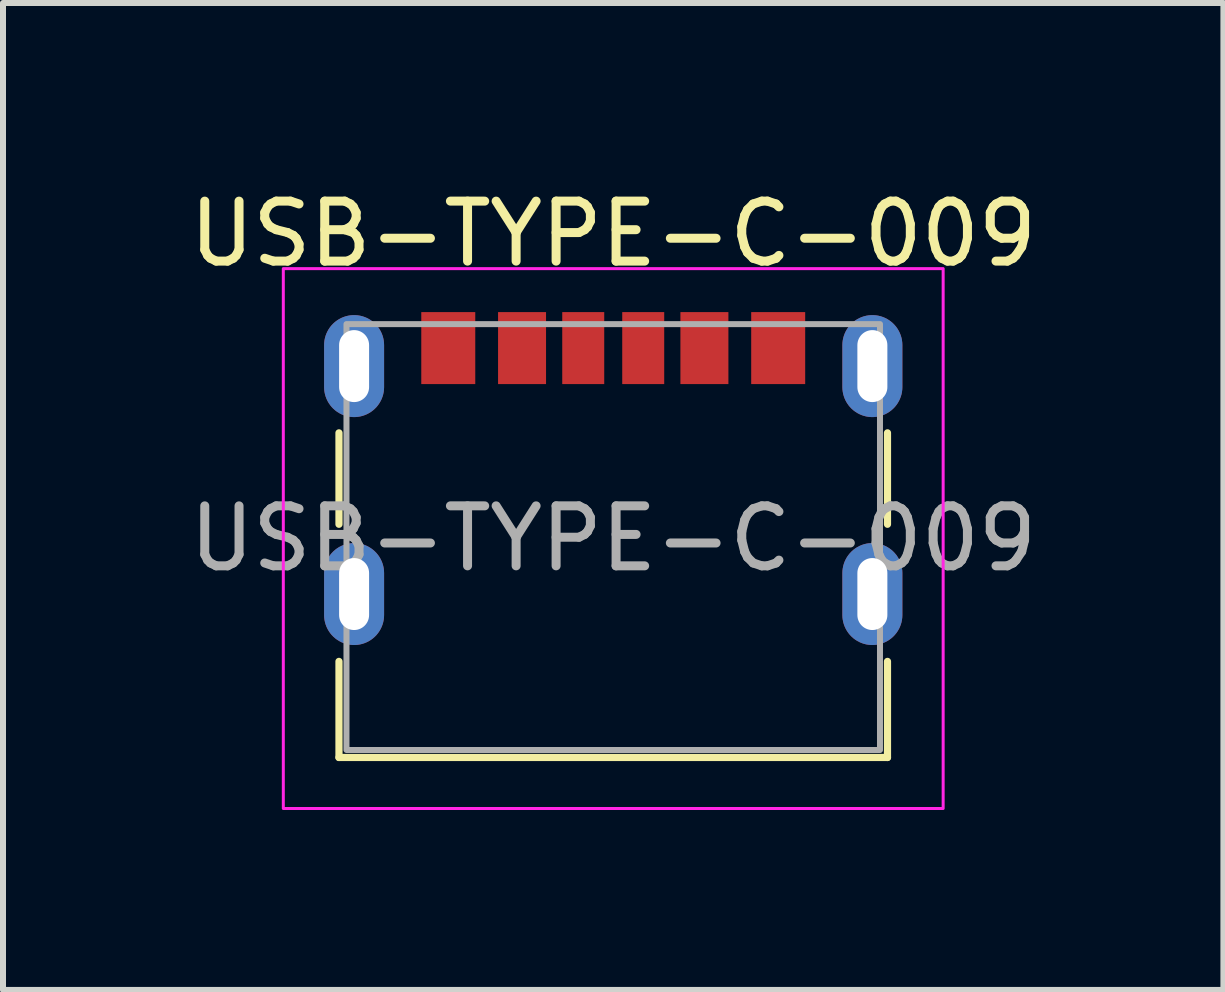
<source format=kicad_pcb>
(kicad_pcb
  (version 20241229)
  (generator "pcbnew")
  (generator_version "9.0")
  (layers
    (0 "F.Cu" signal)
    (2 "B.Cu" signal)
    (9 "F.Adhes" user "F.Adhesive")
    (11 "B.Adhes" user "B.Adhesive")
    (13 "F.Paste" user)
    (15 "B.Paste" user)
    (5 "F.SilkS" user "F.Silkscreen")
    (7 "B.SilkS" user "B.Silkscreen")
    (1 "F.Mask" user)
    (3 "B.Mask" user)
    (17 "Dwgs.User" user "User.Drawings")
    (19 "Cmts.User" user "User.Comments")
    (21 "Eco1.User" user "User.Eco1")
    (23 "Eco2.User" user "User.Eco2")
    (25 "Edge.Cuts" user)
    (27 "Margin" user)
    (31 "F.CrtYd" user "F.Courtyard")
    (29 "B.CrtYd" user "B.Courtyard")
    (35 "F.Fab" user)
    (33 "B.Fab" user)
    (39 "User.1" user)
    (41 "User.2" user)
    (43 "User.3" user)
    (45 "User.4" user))
  (footprint "USB-TYPE-C-009"
    (layer "F.Cu")
    (at 7.173 5.928)
    (property "Reference" "USB-TYPE-C-009" (at 0 -5.08 0) (unlocked yes) (layer "F.SilkS") (effects (font (size 1 1) (thickness 0.15))))
    (attr through_hole)
    (fp_line (start -4.572 -1.762) (end -4.572 -0.238) (stroke (width 0.12) (type solid)) (layer "F.SilkS"))
    (fp_line (start -4.572 2.048) (end -4.572 3.65) (stroke (width 0.12) (type solid)) (layer "F.SilkS"))
    (fp_line (start -4.572 3.65) (end 4.572 3.65) (stroke (width 0.12) (type solid)) (layer "F.SilkS"))
    (fp_line (start 4.572 -1.762) (end 4.572 -0.238) (stroke (width 0.12) (type solid)) (layer "F.SilkS"))
    (fp_line (start 4.572 2.048) (end 4.572 3.65) (stroke (width 0.12) (type solid)) (layer "F.SilkS"))
    (fp_rect (start -5.5 -4.5) (end 5.5 4.5) (stroke (width 0.05) (type solid)) (fill no) (layer "F.CrtYd"))
    (fp_rect (start -4.447 -3.575) (end 4.447 3.525) (stroke (width 0.1) (type solid)) (fill no) (layer "F.Fab"))
    (fp_text user "${REFERENCE}" (at 0 0 0) (unlocked yes) (layer "F.Fab") (effects (font (size 1 1) (thickness 0.15))))
    (pad "A5" smd rect (at -0.5 -3.175) (size 0.7 1.2) (layers "F.Cu" "F.Mask" "F.Paste"))
    (pad "A9" smd rect (at 1.52 -3.175) (size 0.8 1.2) (layers "F.Cu" "F.Mask" "F.Paste"))
    (pad "A12" smd rect (at 2.75 -3.175) (size 0.9 1.2) (layers "F.Cu" "F.Mask" "F.Paste"))
    (pad "B5" smd rect (at 0.5 -3.175) (size 0.7 1.2) (layers "F.Cu" "F.Mask" "F.Paste"))
    (pad "B9" smd rect (at -1.52 -3.175) (size 0.8 1.2) (layers "F.Cu" "F.Mask" "F.Paste"))
    (pad "B12" smd rect (at -2.75 -3.175) (size 0.9 1.2) (layers "F.Cu" "F.Mask" "F.Paste"))
    (pad "S1" thru_hole oval (at -4.32 -2.875) (size 1 1.7) (drill oval 0.5 1.2) (layers "*.Cu" "*.Mask"))
    (pad "S1" thru_hole oval (at -4.32 0.925) (size 1 1.7) (drill oval 0.5 1.2) (layers "*.Cu" "*.Mask"))
    (pad "S1" thru_hole oval (at 4.32 -2.875) (size 1 1.7) (drill oval 0.5 1.2) (layers "*.Cu" "*.Mask"))
    (pad "S1" thru_hole oval (at 4.32 0.925) (size 1 1.7) (drill oval 0.5 1.2) (layers "*.Cu" "*.Mask")))
  (gr_rect
    (start -3 -3)
    (end 17.345 13.453)
    (stroke (width 0.1) (type default))
    (fill no)
    (layer "Edge.Cuts")))
</source>
